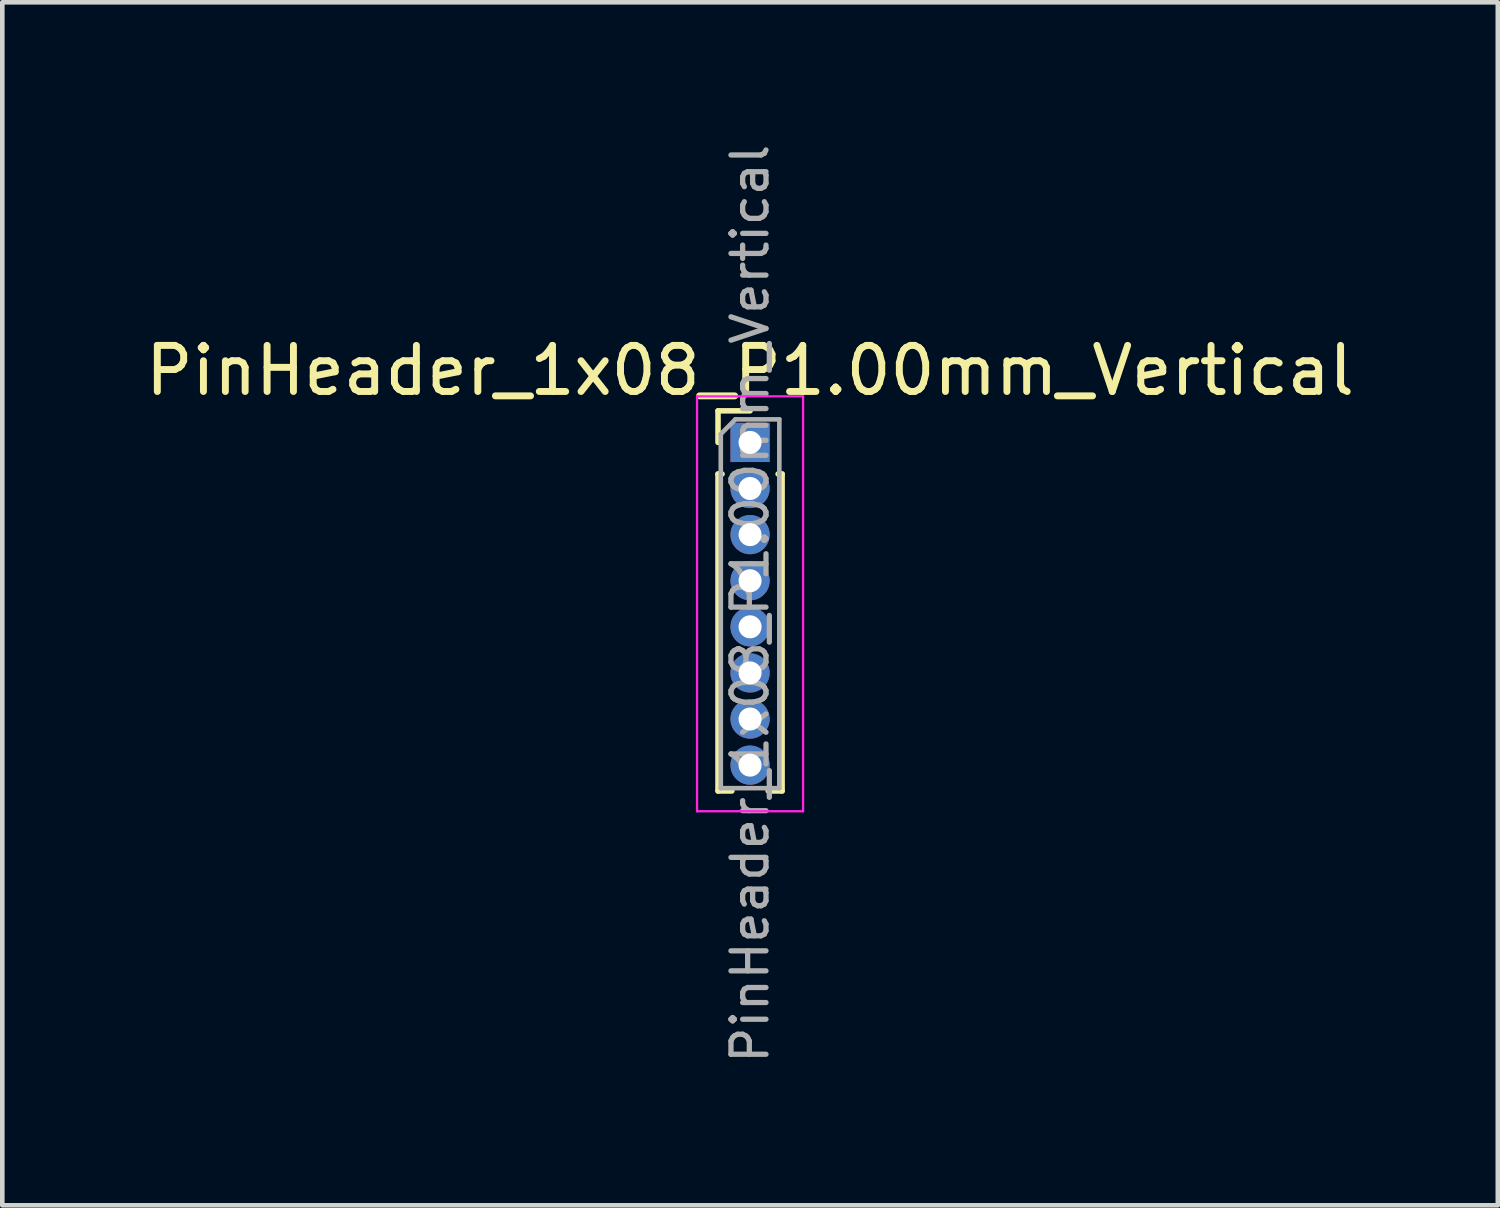
<source format=kicad_pcb>
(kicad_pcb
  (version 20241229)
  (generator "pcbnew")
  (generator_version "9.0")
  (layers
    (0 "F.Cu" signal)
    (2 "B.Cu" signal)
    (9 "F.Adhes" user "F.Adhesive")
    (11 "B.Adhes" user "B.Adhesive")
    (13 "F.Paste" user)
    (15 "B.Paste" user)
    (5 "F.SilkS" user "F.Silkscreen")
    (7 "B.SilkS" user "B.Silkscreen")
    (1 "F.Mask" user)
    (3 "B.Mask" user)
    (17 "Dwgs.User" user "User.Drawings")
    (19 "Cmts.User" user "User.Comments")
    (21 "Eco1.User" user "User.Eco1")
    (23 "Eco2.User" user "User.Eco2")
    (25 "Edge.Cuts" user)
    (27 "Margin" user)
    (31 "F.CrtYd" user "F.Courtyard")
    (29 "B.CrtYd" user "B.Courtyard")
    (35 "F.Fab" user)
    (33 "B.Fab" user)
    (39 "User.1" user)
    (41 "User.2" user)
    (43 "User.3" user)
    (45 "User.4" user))
  (footprint "PinHeader_1x08_P1.00mm_Vertical"
    (layer "F.Cu")
    (at 13.22 6.547)
    (property "Reference" "PinHeader_1x08_P1.00mm_Vertical" (at 0 -1.56 0) (layer "F.SilkS") (effects (font (size 1 1) (thickness 0.15))))
    (attr through_hole)
    (fp_line (start -0.695 -0.685) (end 0 -0.685) (stroke (width 0.12) (type solid)) (layer "F.SilkS"))
    (fp_line (start -0.695 0) (end -0.695 -0.685) (stroke (width 0.12) (type solid)) (layer "F.SilkS"))
    (fp_line (start -0.695 0.685) (end -0.695 7.56) (stroke (width 0.12) (type solid)) (layer "F.SilkS"))
    (fp_line (start -0.695 0.685) (end -0.608 0.685) (stroke (width 0.12) (type solid)) (layer "F.SilkS"))
    (fp_line (start -0.695 7.56) (end -0.394 7.56) (stroke (width 0.12) (type solid)) (layer "F.SilkS"))
    (fp_line (start 0.394 7.56) (end 0.695 7.56) (stroke (width 0.12) (type solid)) (layer "F.SilkS"))
    (fp_line (start 0.608 0.685) (end 0.695 0.685) (stroke (width 0.12) (type solid)) (layer "F.SilkS"))
    (fp_line (start 0.695 0.685) (end 0.695 7.56) (stroke (width 0.12) (type solid)) (layer "F.SilkS"))
    (fp_line (start -1.15 -1) (end -1.15 8) (stroke (width 0.05) (type solid)) (layer "F.CrtYd"))
    (fp_line (start -1.15 8) (end 1.15 8) (stroke (width 0.05) (type solid)) (layer "F.CrtYd"))
    (fp_line (start 1.15 -1) (end -1.15 -1) (stroke (width 0.05) (type solid)) (layer "F.CrtYd"))
    (fp_line (start 1.15 8) (end 1.15 -1) (stroke (width 0.05) (type solid)) (layer "F.CrtYd"))
    (fp_line (start -0.635 -0.182) (end -0.318 -0.5) (stroke (width 0.1) (type solid)) (layer "F.Fab"))
    (fp_line (start -0.635 7.5) (end -0.635 -0.182) (stroke (width 0.1) (type solid)) (layer "F.Fab"))
    (fp_line (start -0.318 -0.5) (end 0.635 -0.5) (stroke (width 0.1) (type solid)) (layer "F.Fab"))
    (fp_line (start 0.635 -0.5) (end 0.635 7.5) (stroke (width 0.1) (type solid)) (layer "F.Fab"))
    (fp_line (start 0.635 7.5) (end -0.635 7.5) (stroke (width 0.1) (type solid)) (layer "F.Fab"))
    (fp_text user "${REFERENCE}" (at 0 3.5 90) (layer "F.Fab") (effects (font (size 0.76 0.76) (thickness 0.114))))
    (pad "1" thru_hole rect (at 0 0) (size 0.85 0.85) (drill 0.5) (layers "*.Cu" "*.Mask"))
    (pad "2" thru_hole oval (at 0 1) (size 0.85 0.85) (drill 0.5) (layers "*.Cu" "*.Mask"))
    (pad "3" thru_hole oval (at 0 2) (size 0.85 0.85) (drill 0.5) (layers "*.Cu" "*.Mask"))
    (pad "4" thru_hole oval (at 0 3) (size 0.85 0.85) (drill 0.5) (layers "*.Cu" "*.Mask"))
    (pad "5" thru_hole oval (at 0 4) (size 0.85 0.85) (drill 0.5) (layers "*.Cu" "*.Mask"))
    (pad "6" thru_hole oval (at 0 5) (size 0.85 0.85) (drill 0.5) (layers "*.Cu" "*.Mask"))
    (pad "7" thru_hole oval (at 0 6) (size 0.85 0.85) (drill 0.5) (layers "*.Cu" "*.Mask"))
    (pad "8" thru_hole oval (at 0 7) (size 0.85 0.85) (drill 0.5) (layers "*.Cu" "*.Mask")))
  (gr_rect
    (start -3 -3)
    (end 29.44 23.095)
    (stroke (width 0.1) (type default))
    (fill no)
    (layer "Edge.Cuts")))
</source>
